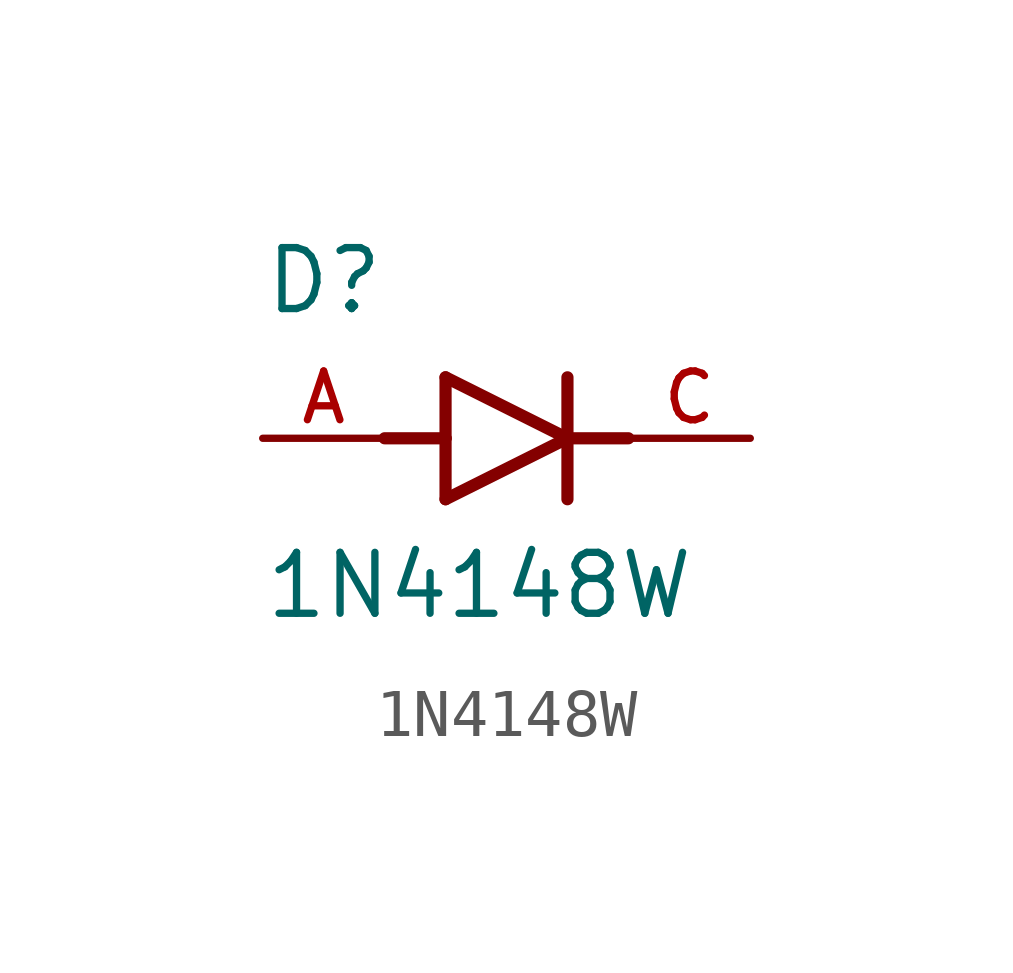
<source format=kicad_sym>
(kicad_symbol_lib
  (version 20211014)
  (generator kicad_symbol_editor)
  (symbol "1N4148W"
    (pin_names
      (offset 1.016))
    (property "Reference" "D"
      (at -5.08 2.54 0)
      (effects (font (size 1.27 1.27)) (justify bottom left)))
    (property "Value" "1N4148W"
      (at -5.08 -3.81 0)
      (effects (font (size 1.27 1.27)) (justify bottom left)))
    (symbol "1N4148W_0_0"
      (polyline (pts (xy -1.27 -1.27) (xy 1.27 0.0)) (stroke (width 0.254)))
      (polyline (pts (xy 1.27 0.0) (xy -1.27 1.27)) (stroke (width 0.254)))
      (polyline (pts (xy 1.27 1.27) (xy 1.27 0.0)) (stroke (width 0.254)))
      (polyline (pts (xy -1.27 1.27) (xy -1.27 0.0)) (stroke (width 0.254)))
      (polyline (pts (xy -1.27 0.0) (xy -1.27 -1.27)) (stroke (width 0.254)))
      (polyline (pts (xy 1.27 0.0) (xy 1.27 -1.27)) (stroke (width 0.254)))
      (polyline (pts (xy -2.54 0.0) (xy -1.27 0.0)) (stroke (width 0.254)))
      (polyline (pts (xy 1.27 0.0) (xy 2.54 0.0)) (stroke (width 0.254)))
      (pin passive line (at 5.08 0.0 180.0) (length 2.54) (name "~" (effects (font (size 1.016 1.016)))) (number "C" (effects (font (size 1.016 1.016)))))
      (pin passive line (at -5.08 0.0 0) (length 2.54) (name "~" (effects (font (size 1.016 1.016)))) (number "A" (effects (font (size 1.016 1.016))))))))
</source>
